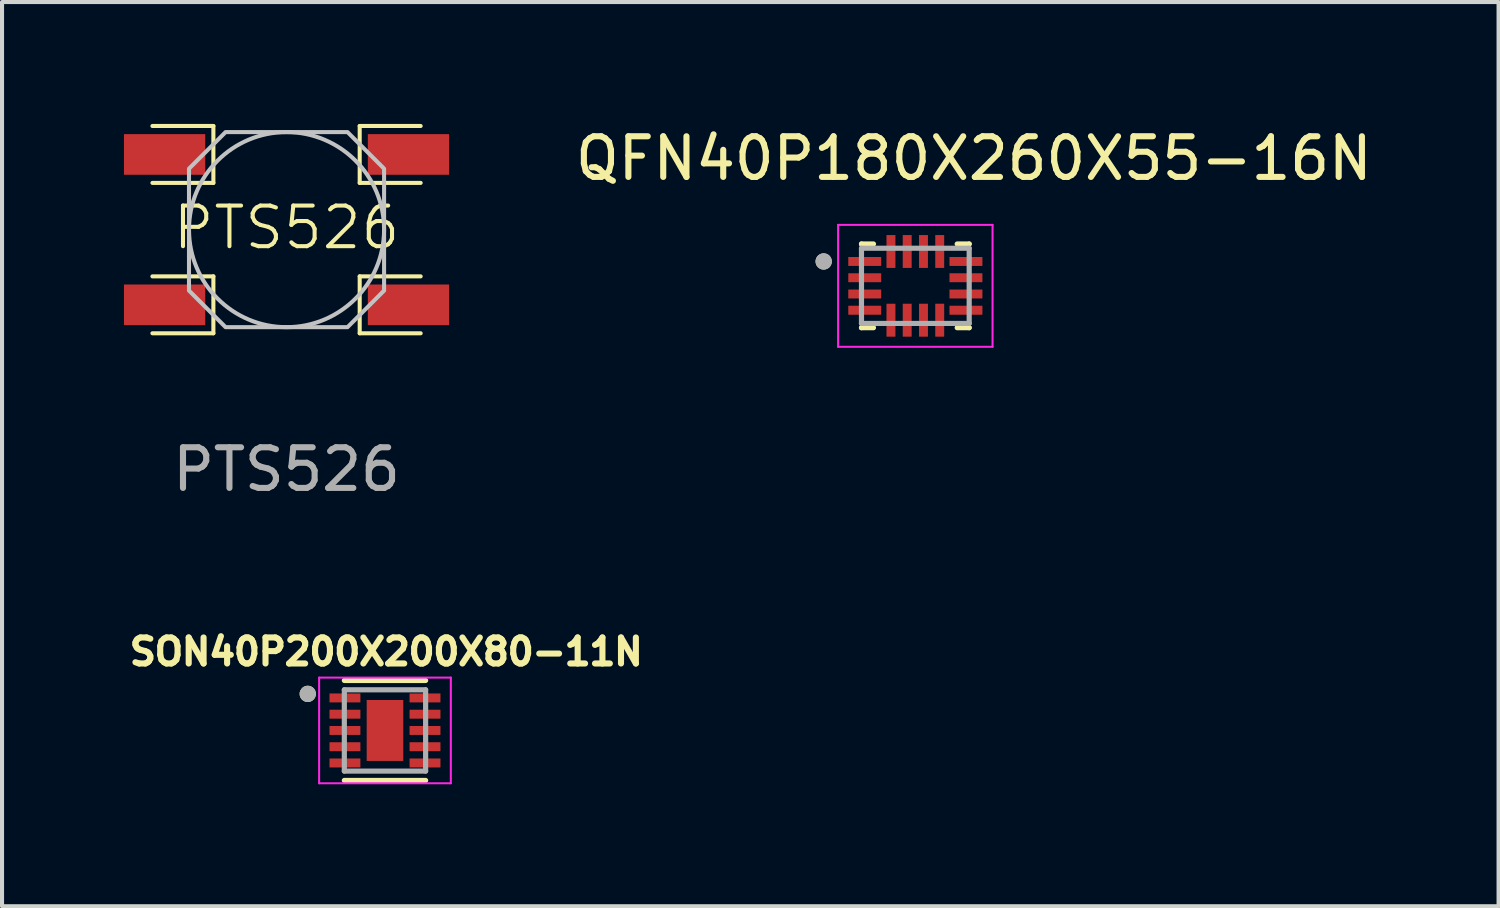
<source format=kicad_pcb>
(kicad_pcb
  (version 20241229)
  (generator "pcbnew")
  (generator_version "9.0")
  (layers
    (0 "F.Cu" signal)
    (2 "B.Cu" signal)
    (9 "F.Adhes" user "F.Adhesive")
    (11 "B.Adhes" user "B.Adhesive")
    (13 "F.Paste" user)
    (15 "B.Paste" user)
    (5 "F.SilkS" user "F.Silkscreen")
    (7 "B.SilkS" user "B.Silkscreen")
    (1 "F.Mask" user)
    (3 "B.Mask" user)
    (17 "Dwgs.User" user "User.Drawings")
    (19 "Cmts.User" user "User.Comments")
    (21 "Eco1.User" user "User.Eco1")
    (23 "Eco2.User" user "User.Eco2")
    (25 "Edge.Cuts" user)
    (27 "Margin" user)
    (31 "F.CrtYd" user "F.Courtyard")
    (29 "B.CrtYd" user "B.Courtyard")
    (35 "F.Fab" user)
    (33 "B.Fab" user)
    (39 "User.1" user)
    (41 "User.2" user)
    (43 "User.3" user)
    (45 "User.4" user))
  (footprint "SON40P200X200X80-11N"
    (layer "F.Cu")
    (at 6.422 14.922)
    (property "Reference" "SON40P200X200X80-11N" (at 0.032 -1.936 0) (layer "F.SilkS") (effects (font (size 0.64 0.64) (thickness 0.15))))
    (attr smd)
    (fp_line (start -1 -1.23) (end 1 -1.23) (stroke (width 0.127) (type solid)) (layer "F.SilkS"))
    (fp_line (start -1 1.23) (end 1 1.23) (stroke (width 0.127) (type solid)) (layer "F.SilkS"))
    (fp_circle (center -1.9 -0.9) (end -1.8 -0.9) (stroke (width 0.2) (type solid)) (fill no) (layer "F.SilkS"))
    (fp_poly (pts (xy -0.285 -0.475) (xy 0.285 -0.475) (xy 0.285 0.475) (xy -0.285 0.475)) (stroke (width 0.01) (type solid)) (fill yes) (layer "F.Paste"))
    (fp_line (start -1.62 -1.3) (end 1.62 -1.3) (stroke (width 0.05) (type solid)) (layer "F.CrtYd"))
    (fp_line (start -1.62 1.3) (end -1.62 -1.3) (stroke (width 0.05) (type solid)) (layer "F.CrtYd"))
    (fp_line (start 1.62 -1.3) (end 1.62 1.3) (stroke (width 0.05) (type solid)) (layer "F.CrtYd"))
    (fp_line (start 1.62 1.3) (end -1.62 1.3) (stroke (width 0.05) (type solid)) (layer "F.CrtYd"))
    (fp_line (start -1 -1) (end 1 -1) (stroke (width 0.127) (type solid)) (layer "F.Fab"))
    (fp_line (start -1 1) (end -1 -1) (stroke (width 0.127) (type solid)) (layer "F.Fab"))
    (fp_line (start 1 -1) (end 1 1) (stroke (width 0.127) (type solid)) (layer "F.Fab"))
    (fp_line (start 1 1) (end -1 1) (stroke (width 0.127) (type solid)) (layer "F.Fab"))
    (fp_circle (center -1.9 -0.9) (end -1.8 -0.9) (stroke (width 0.2) (type solid)) (fill no) (layer "F.Fab"))
    (pad "1" smd rect (at -0.985 -0.8) (size 0.76 0.22) (layers "F.Cu" "F.Mask" "F.Paste"))
    (pad "2" smd rect (at -0.985 -0.4) (size 0.76 0.22) (layers "F.Cu" "F.Mask" "F.Paste"))
    (pad "3" smd rect (at -0.985 0) (size 0.76 0.22) (layers "F.Cu" "F.Mask" "F.Paste"))
    (pad "4" smd rect (at -0.985 0.4) (size 0.76 0.22) (layers "F.Cu" "F.Mask" "F.Paste"))
    (pad "5" smd rect (at -0.985 0.8) (size 0.76 0.22) (layers "F.Cu" "F.Mask" "F.Paste"))
    (pad "6" smd rect (at 0.985 0.8) (size 0.76 0.22) (layers "F.Cu" "F.Mask" "F.Paste"))
    (pad "7" smd rect (at 0.985 0.4) (size 0.76 0.22) (layers "F.Cu" "F.Mask" "F.Paste"))
    (pad "8" smd rect (at 0.985 0) (size 0.76 0.22) (layers "F.Cu" "F.Mask" "F.Paste"))
    (pad "9" smd rect (at 0.985 -0.4) (size 0.76 0.22) (layers "F.Cu" "F.Mask" "F.Paste"))
    (pad "10" smd rect (at 0.985 -0.8) (size 0.76 0.22) (layers "F.Cu" "F.Mask" "F.Paste"))
    (pad "11" smd rect (at 0 0) (size 0.9 1.5) (layers "F.Cu" "F.Mask")))
  (footprint "QFN40P180X260X55-16N"
    (layer "F.Cu")
    (at 19.471 3.983)
    (property "Reference" "QFN40P180X260X55-16N" (at 1.44 -3.135 0) (layer "F.SilkS") (effects (font (size 1 1) (thickness 0.15))))
    (attr smd)
    (fp_line (start -1.325 -1.03) (end -1.325 -1.03) (stroke (width 0.127) (type solid)) (layer "F.SilkS"))
    (fp_line (start -1.325 -1.03) (end -1.03 -1.03) (stroke (width 0.127) (type solid)) (layer "F.SilkS"))
    (fp_line (start -1.325 1.03) (end -1.325 1.03) (stroke (width 0.127) (type solid)) (layer "F.SilkS"))
    (fp_line (start -1.325 1.03) (end -1.03 1.03) (stroke (width 0.127) (type solid)) (layer "F.SilkS"))
    (fp_line (start 1.325 -1.03) (end 1.03 -1.03) (stroke (width 0.127) (type solid)) (layer "F.SilkS"))
    (fp_line (start 1.325 -1.03) (end 1.325 -1.03) (stroke (width 0.127) (type solid)) (layer "F.SilkS"))
    (fp_line (start 1.325 1.03) (end 1.03 1.03) (stroke (width 0.127) (type solid)) (layer "F.SilkS"))
    (fp_line (start 1.325 1.03) (end 1.325 1.03) (stroke (width 0.127) (type solid)) (layer "F.SilkS"))
    (fp_circle (center -2.255 -0.6) (end -2.155 -0.6) (stroke (width 0.2) (type solid)) (fill no) (layer "F.SilkS"))
    (fp_line (start -1.9 -1.5) (end 1.9 -1.5) (stroke (width 0.05) (type solid)) (layer "F.CrtYd"))
    (fp_line (start -1.9 1.5) (end -1.9 -1.5) (stroke (width 0.05) (type solid)) (layer "F.CrtYd"))
    (fp_line (start -1.9 1.5) (end 1.9 1.5) (stroke (width 0.05) (type solid)) (layer "F.CrtYd"))
    (fp_line (start 1.9 1.5) (end 1.9 -1.5) (stroke (width 0.05) (type solid)) (layer "F.CrtYd"))
    (fp_line (start -1.325 0.925) (end -1.325 -0.925) (stroke (width 0.127) (type solid)) (layer "F.Fab"))
    (fp_line (start 1.325 -0.925) (end -1.325 -0.925) (stroke (width 0.127) (type solid)) (layer "F.Fab"))
    (fp_line (start 1.325 0.925) (end -1.325 0.925) (stroke (width 0.127) (type solid)) (layer "F.Fab"))
    (fp_line (start 1.325 0.925) (end 1.325 -0.925) (stroke (width 0.127) (type solid)) (layer "F.Fab"))
    (fp_circle (center -2.255 -0.6) (end -2.155 -0.6) (stroke (width 0.2) (type solid)) (fill no) (layer "F.Fab"))
    (pad "1" smd roundrect (at -1.245 -0.6) (size 0.81 0.22) (layers "F.Cu" "F.Mask" "F.Paste") (roundrect_rratio 0.03))
    (pad "2" smd roundrect (at -1.245 -0.2) (size 0.81 0.22) (layers "F.Cu" "F.Mask" "F.Paste") (roundrect_rratio 0.03))
    (pad "3" smd roundrect (at -1.245 0.2) (size 0.81 0.22) (layers "F.Cu" "F.Mask" "F.Paste") (roundrect_rratio 0.03))
    (pad "4" smd roundrect (at -1.245 0.6) (size 0.81 0.22) (layers "F.Cu" "F.Mask" "F.Paste") (roundrect_rratio 0.03))
    (pad "5" smd roundrect (at -0.6 0.845 90) (size 0.81 0.22) (layers "F.Cu" "F.Mask" "F.Paste") (roundrect_rratio 0.03))
    (pad "6" smd roundrect (at -0.2 0.845 90) (size 0.81 0.22) (layers "F.Cu" "F.Mask" "F.Paste") (roundrect_rratio 0.03))
    (pad "7" smd roundrect (at 0.2 0.845 90) (size 0.81 0.22) (layers "F.Cu" "F.Mask" "F.Paste") (roundrect_rratio 0.03))
    (pad "8" smd roundrect (at 0.6 0.845 90) (size 0.81 0.22) (layers "F.Cu" "F.Mask" "F.Paste") (roundrect_rratio 0.03))
    (pad "9" smd roundrect (at 1.245 0.6) (size 0.81 0.22) (layers "F.Cu" "F.Mask" "F.Paste") (roundrect_rratio 0.03))
    (pad "10" smd roundrect (at 1.245 0.2) (size 0.81 0.22) (layers "F.Cu" "F.Mask" "F.Paste") (roundrect_rratio 0.03))
    (pad "11" smd roundrect (at 1.245 -0.2) (size 0.81 0.22) (layers "F.Cu" "F.Mask" "F.Paste") (roundrect_rratio 0.03))
    (pad "12" smd roundrect (at 1.245 -0.6) (size 0.81 0.22) (layers "F.Cu" "F.Mask" "F.Paste") (roundrect_rratio 0.03))
    (pad "13" smd roundrect (at 0.6 -0.845 90) (size 0.81 0.22) (layers "F.Cu" "F.Mask" "F.Paste") (roundrect_rratio 0.03))
    (pad "14" smd roundrect (at 0.2 -0.845 90) (size 0.81 0.22) (layers "F.Cu" "F.Mask" "F.Paste") (roundrect_rratio 0.03))
    (pad "15" smd roundrect (at -0.2 -0.845 90) (size 0.81 0.22) (layers "F.Cu" "F.Mask" "F.Paste") (roundrect_rratio 0.03))
    (pad "16" smd roundrect (at -0.6 -0.845 90) (size 0.81 0.22) (layers "F.Cu" "F.Mask" "F.Paste") (roundrect_rratio 0.03)))
  (footprint "PTS526"
    (layer "F.Cu")
    (at 4 2.6)
    (property "Reference" "PTS526" (at 0 -0.05 0) (unlocked yes) (layer "F.SilkS") (effects (font (size 1 1) (thickness 0.1))))
    (attr smd)
    (fp_line (start -3.3 -1.15) (end -1.8 -1.15) (stroke (width 0.1) (type default)) (layer "F.SilkS"))
    (fp_line (start -3.3 2.55) (end -1.8 2.55) (stroke (width 0.1) (type default)) (layer "F.SilkS"))
    (fp_line (start -1.8 -2.55) (end -3.3 -2.55) (stroke (width 0.1) (type default)) (layer "F.SilkS"))
    (fp_line (start -1.8 -1.15) (end -1.8 -2.55) (stroke (width 0.1) (type default)) (layer "F.SilkS"))
    (fp_line (start -1.8 1.15) (end -3.3 1.15) (stroke (width 0.1) (type default)) (layer "F.SilkS"))
    (fp_line (start -1.8 2.55) (end -1.8 1.15) (stroke (width 0.1) (type default)) (layer "F.SilkS"))
    (fp_line (start 1.8 -2.55) (end 3.3 -2.55) (stroke (width 0.1) (type default)) (layer "F.SilkS"))
    (fp_line (start 1.8 -1.15) (end 1.8 -2.55) (stroke (width 0.1) (type default)) (layer "F.SilkS"))
    (fp_line (start 1.8 1.15) (end 3.3 1.15) (stroke (width 0.1) (type default)) (layer "F.SilkS"))
    (fp_line (start 1.8 2.55) (end 1.8 1.15) (stroke (width 0.1) (type default)) (layer "F.SilkS"))
    (fp_line (start 3.3 -1.15) (end 1.8 -1.15) (stroke (width 0.1) (type default)) (layer "F.SilkS"))
    (fp_line (start 3.3 2.55) (end 1.8 2.55) (stroke (width 0.1) (type default)) (layer "F.SilkS"))
    (fp_circle (center 0 0) (end 2.4 0) (stroke (width 0.1) (type default)) (fill no) (layer "Dwgs.User"))
    (fp_poly (pts (xy -2.4 -1.5) (xy -1.5 -2.4) (xy 1.5 -2.4) (xy 2.4 -1.5) (xy 2.4 1.5) (xy 1.5 2.4) (xy -1.5 2.4) (xy -2.4 1.5)) (stroke (width 0.1) (type solid)) (fill no) (layer "Dwgs.User"))
    (fp_text user "${REFERENCE}" (at 0 5.9 0) (unlocked yes) (layer "F.Fab") (effects (font (size 1 1) (thickness 0.15))))
    (pad "1" smd rect (at -3 -1.85) (size 2 1) (layers "F.Cu" "F.Mask" "F.Paste"))
    (pad "2" smd rect (at 3 -1.85) (size 2 1) (layers "F.Cu" "F.Mask" "F.Paste"))
    (pad "3" smd rect (at -3 1.85) (size 2 1) (layers "F.Cu" "F.Mask" "F.Paste"))
    (pad "4" smd rect (at 3 1.85) (size 2 1) (layers "F.Cu" "F.Mask" "F.Paste")))
  (gr_rect
    (start -3 -3)
    (end 33.821 19.247)
    (stroke (width 0.1) (type default))
    (fill no)
    (layer "Edge.Cuts")))
</source>
